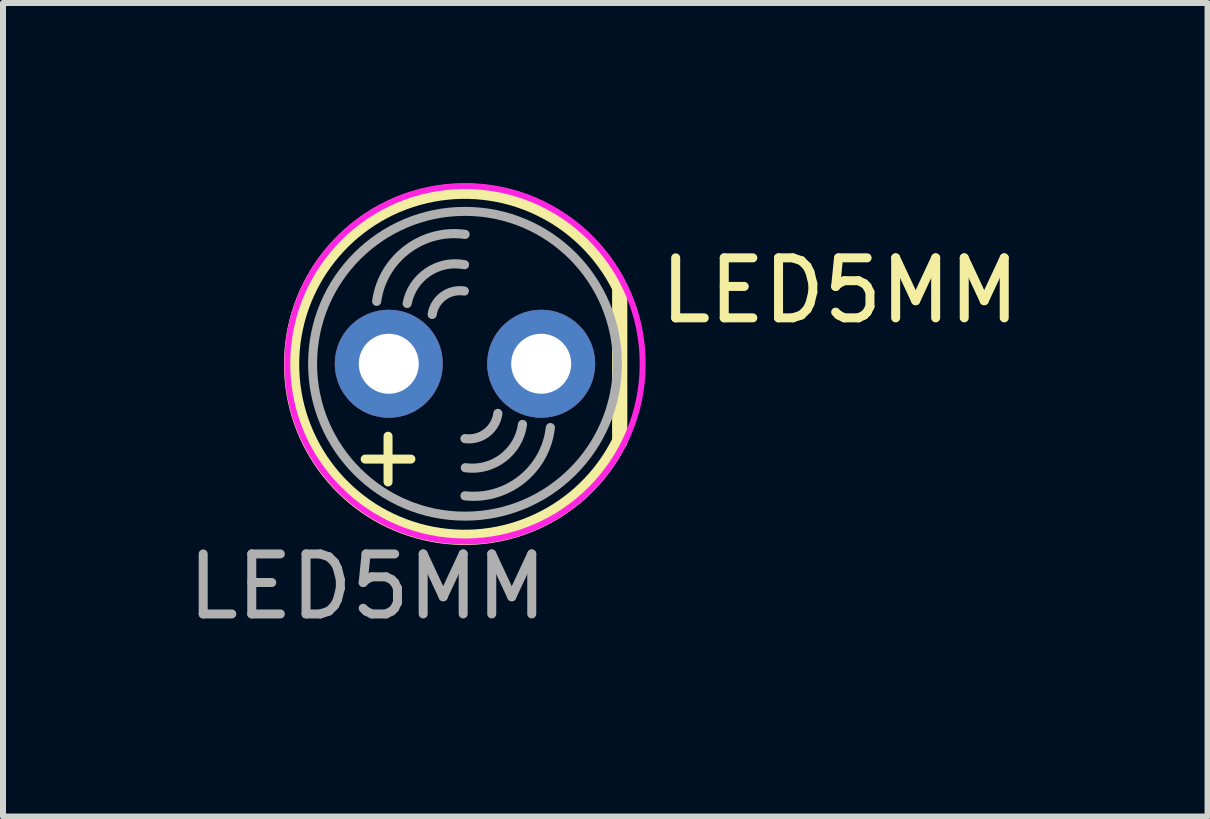
<source format=kicad_pcb>
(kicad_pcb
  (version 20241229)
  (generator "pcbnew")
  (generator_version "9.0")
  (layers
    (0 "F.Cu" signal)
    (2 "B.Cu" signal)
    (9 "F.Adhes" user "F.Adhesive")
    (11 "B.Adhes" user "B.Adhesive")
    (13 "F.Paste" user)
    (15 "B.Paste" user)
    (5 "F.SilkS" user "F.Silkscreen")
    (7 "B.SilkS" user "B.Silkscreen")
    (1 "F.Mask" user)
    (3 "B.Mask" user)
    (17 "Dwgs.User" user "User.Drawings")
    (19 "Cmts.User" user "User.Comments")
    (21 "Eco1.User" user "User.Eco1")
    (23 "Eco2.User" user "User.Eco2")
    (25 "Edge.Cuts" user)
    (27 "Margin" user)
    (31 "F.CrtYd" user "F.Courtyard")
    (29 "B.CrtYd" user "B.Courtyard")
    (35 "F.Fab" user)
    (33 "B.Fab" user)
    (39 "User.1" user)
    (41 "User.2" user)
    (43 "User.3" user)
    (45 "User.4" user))
  (footprint "LED5MM"
    (layer "F.Cu")
    (at 4.7 3.013)
    (property "Reference" "LED5MM" (at 3.175 -0.635 0) (unlocked yes) (layer "F.SilkS") (effects (font (size 1 1) (thickness 0.15)) (justify left bottom)))
    (fp_line (start 2.579 1.3) (end 2.579 -1.26) (stroke (width 0.254) (type solid)) (layer "F.SilkS"))
    (fp_arc (start 2.578734 1.28905) (mid -2.889942 0.008891) (end 2.578734 -1.271268) (stroke (width 0.254) (type solid)) (layer "F.SilkS"))
    (fp_circle (center 0 0) (end 2.962 0) (stroke (width 0.1) (type solid)) (fill no) (layer "F.CrtYd"))
    (fp_arc (start -1.471931 -1.040762) (mid -0.966081 -1.903852) (end 0.001906 -2.156459) (stroke (width 0.1524) (type solid)) (layer "F.Fab"))
    (fp_arc (start -0.963928 -1.005206) (mid -0.619204 -1.526293) (end -0.006983 -1.651001) (stroke (width 0.1524) (type solid)) (layer "F.Fab"))
    (fp_arc (start -0.547371 -0.822321) (mid -0.359833 -1.128397) (end -0.010795 -1.212215) (stroke (width 0.1524) (type solid)) (layer "F.Fab"))
    (fp_arc (start 0.548005 0.828036) (mid 0.360933 1.151401) (end 0 1.247775) (stroke (width 0.1524) (type solid)) (layer "F.Fab"))
    (fp_arc (start 0.958846 1.011555) (mid 0.631681 1.569634) (end 0.005718 1.732915) (stroke (width 0.1524) (type solid)) (layer "F.Fab"))
    (fp_arc (start 1.423034 1.063621) (mid 0.947057 1.926985) (end 0 2.200909) (stroke (width 0.1524) (type solid)) (layer "F.Fab"))
    (fp_circle (center 0 0) (end 2.54 0) (stroke (width 0.15) (type solid)) (fill no) (layer "F.Fab"))
    (fp_text user "+" (at -2 2.1 0) (unlocked yes) (layer "F.SilkS") (effects (font (size 1 1) (thickness 0.15)) (justify left bottom)))
    (fp_text user "${REFERENCE}" (at -4.7 4.3 0) (unlocked yes) (layer "F.Fab") (effects (font (size 1 1) (thickness 0.15)) (justify left bottom)))
    (pad "A" thru_hole circle (at -1.27 0) (size 1.8 1.8) (drill 1) (layers "*.Cu" "*.Mask"))
    (pad "K" thru_hole circle (at 1.27 0) (size 1.8 1.8) (drill 1) (layers "*.Cu" "*.Mask")))
  (gr_rect
    (start -3 -3)
    (end 17.077 10.559)
    (stroke (width 0.1) (type default))
    (fill no)
    (layer "Edge.Cuts")))
</source>
